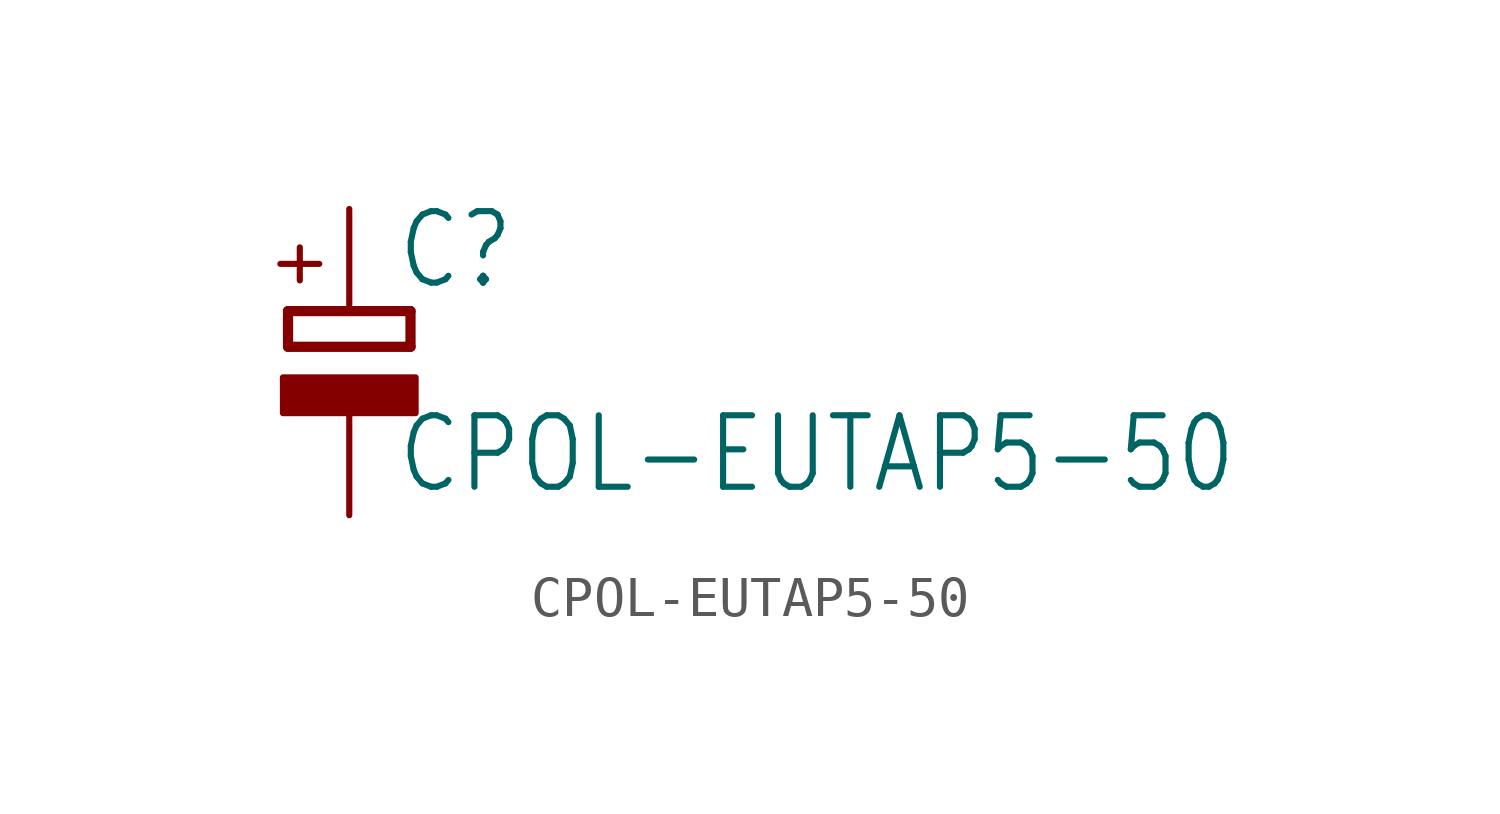
<source format=kicad_sym>
(kicad_symbol_lib
  (version 20220914)
  (generator kicad_symbol_editor)
  (symbol "CPOL-EUTAP5-50"
    (property "Reference" "C"
      (at 1.143 0.483 0)
      (effects (font (size 1.778 1.511)) (justify left bottom)))
    (property "Value" "CPOL-EUTAP5-50"
      (at 1.143 -4.597 0)
      (effects (font (size 1.778 1.511)) (justify left bottom)))
    (property "ki_locked" ""
      (at 0 0 0)
      (effects (font (size 1.27 1.27))))
    (symbol "CPOL-EUTAP5-50_1_0"
      (rectangle (start -1.651 -2.54) (end 1.651 -1.651) (stroke (width 0) (type default)) (fill (type outline)))
      (polyline (pts (xy -1.524 -0.889) (xy 1.524 -0.889)) (stroke (width 0.254) (type default)) (fill (type none)))
      (polyline (pts (xy -1.524 0) (xy -1.524 -0.889)) (stroke (width 0.254) (type default)) (fill (type none)))
      (polyline (pts (xy -1.524 0) (xy 1.524 0)) (stroke (width 0.254) (type default)) (fill (type none)))
      (polyline (pts (xy 1.524 -0.889) (xy 1.524 0)) (stroke (width 0.254) (type default)) (fill (type none)))
      (text "+" (at -0.584 0.406 900) (effects (font (size 1.27 1.079)) (justify left bottom)))
      (pin passive line (at 0 2.54 270) (length 2.54) (name "+" (effects (font (size 0 0)))) (number "+" (effects (font (size 0 0)))))
      (pin passive line (at 0 -5.08 90) (length 2.54) (name "-" (effects (font (size 0 0)))) (number "-" (effects (font (size 0 0))))))))
</source>
